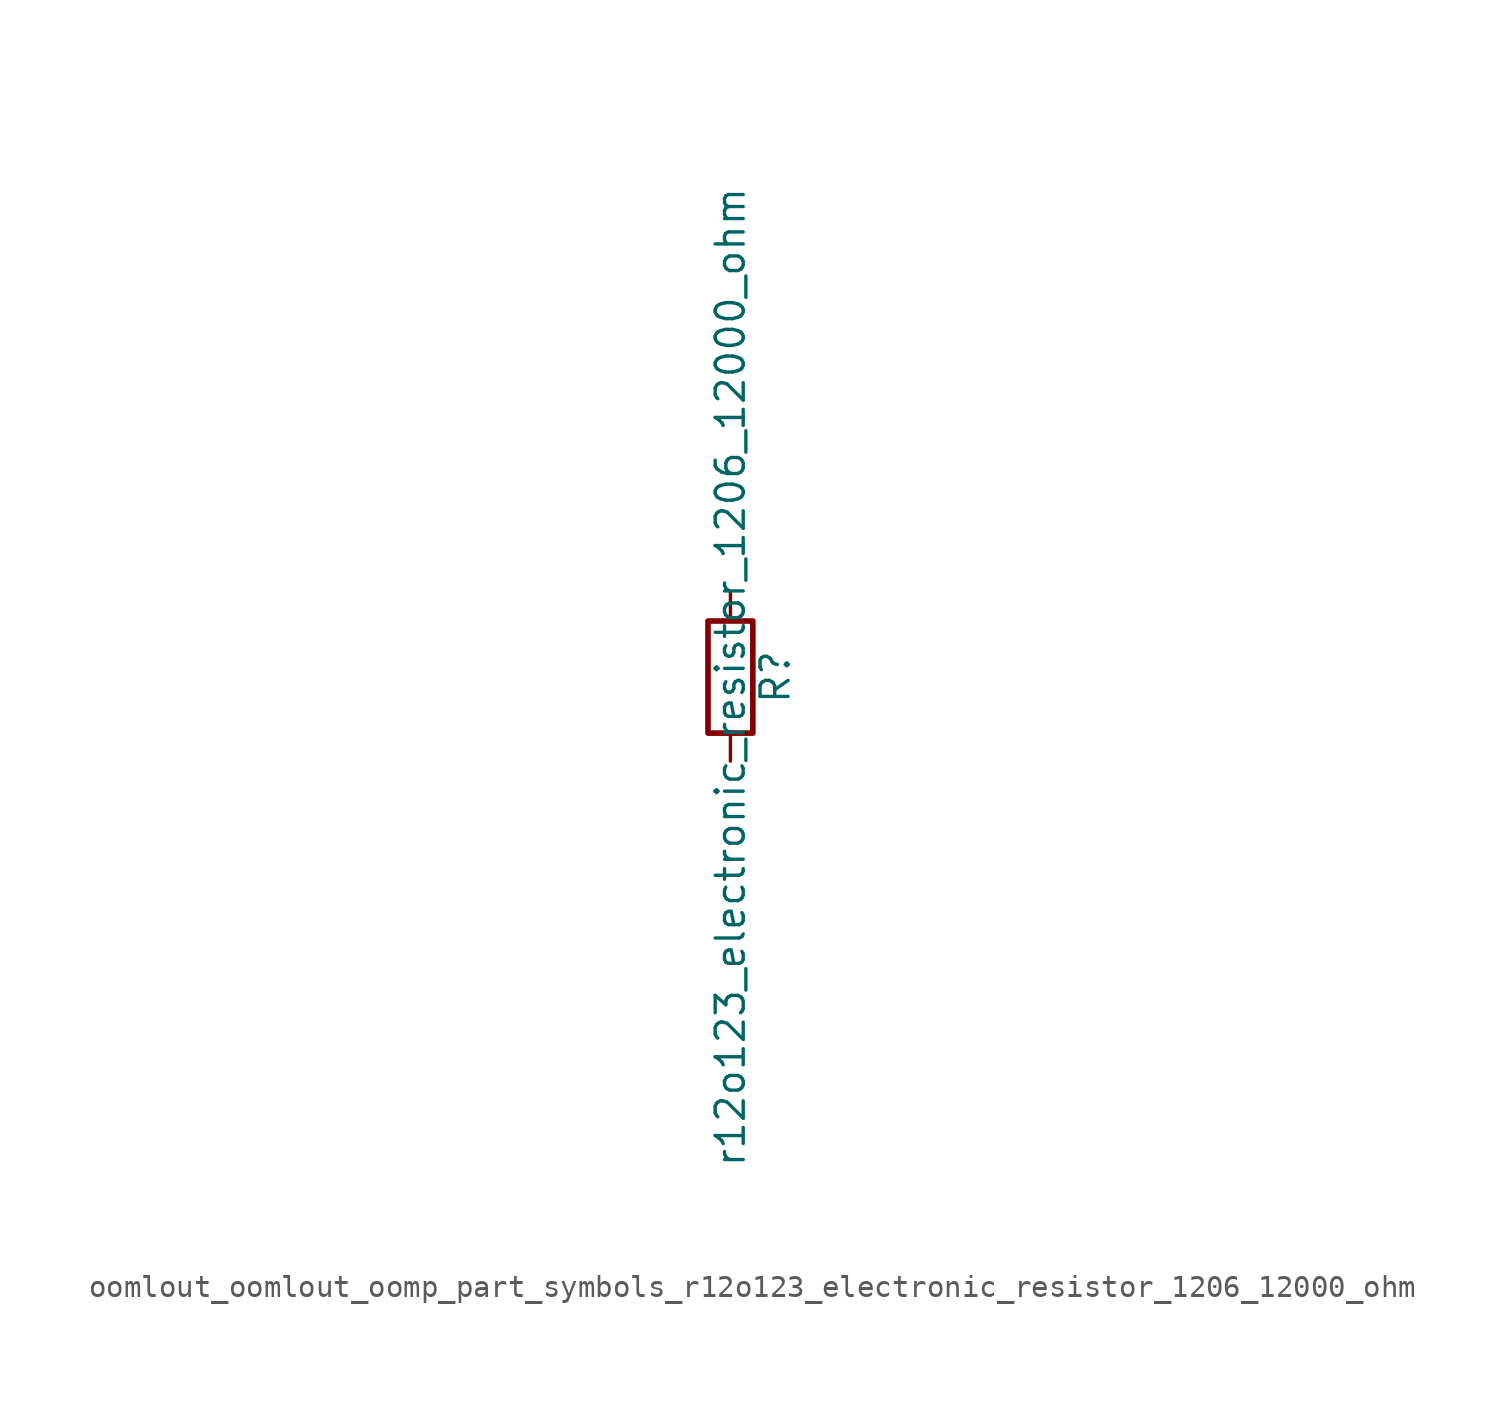
<source format=kicad_sym>
(kicad_symbol_lib
  (version 20220914)
  (generator kicad_symbol_editor)
  (symbol "oomlout_oomlout_oomp_part_symbols_r12o123_electronic_resistor_1206_12000_ohm"
    (pin_numbers hide)
    (pin_names
      (offset 0))
    (property "Reference" "R"
      (at 2.032 0 90)
      (effects (font (size 1.27 1.27))))
    (property "Value" "r12o123_electronic_resistor_1206_12000_ohm"
      (at 0 0 90)
      (effects (font (size 1.27 1.27))))
    (symbol "oomlout_oomlout_oomp_part_symbols_r12o123_electronic_resistor_1206_12000_ohm_0_1"
      (rectangle (start -1.016 -2.54) (end 1.016 2.54) (stroke (width 0.254) (type default)) (fill (type none))))
    (symbol "oomlout_oomlout_oomp_part_symbols_r12o123_electronic_resistor_1206_12000_ohm_1_1"
      (pin passive line (at 0 3.81 270) (length 1.27) (name "~" (effects (font (size 1.27 1.27)))) (number "1" (effects (font (size 1.27 1.27)))))
      (pin passive line (at 0 -3.81 90) (length 1.27) (name "~" (effects (font (size 1.27 1.27)))) (number "2" (effects (font (size 1.27 1.27))))))))
</source>
